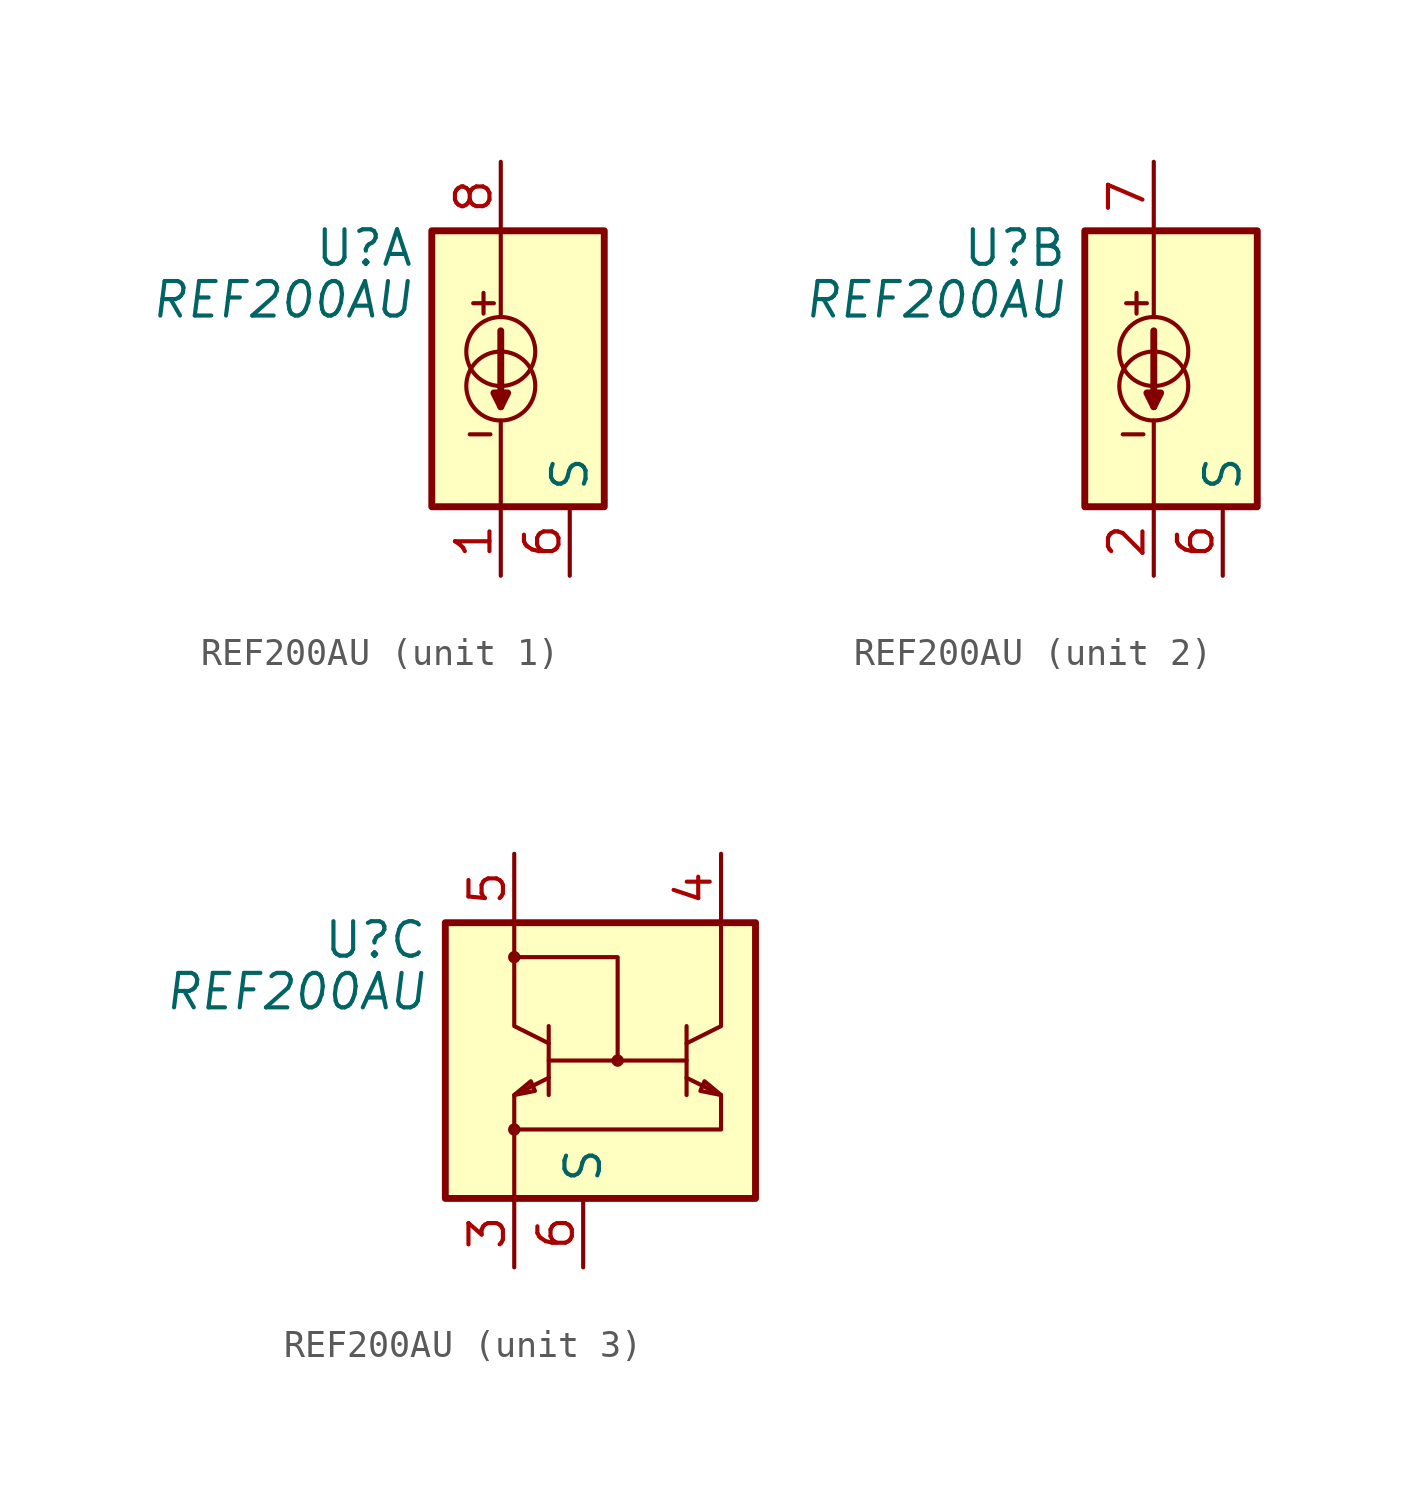
<source format=kicad_sym>
(kicad_symbol_lib
  (version 20210619)
  (generator kicad_symbol_editor)
  (symbol "PrecisionCurrentSource:REF200AU"
    (property "Reference" "U"
      (at -3.175 4.445 0)
      (effects (font (size 1.27 1.27)) (justify right)))
    (property "Value" "REF200AU"
      (at -3.175 2.54 0)
      (effects (font (size 1.27 1.27) italic) (justify right)))
    (property "ki_locked" ""
      (at 0 0 0)
      (effects (font (size 1.27 1.27))))
    (symbol "REF200AU_0_1"
      (pin passive line (at 2.54 -7.62 90) (length 2.54) (name "S" (effects (font (size 1.27 1.27)))) (number "6" (effects (font (size 1.27 1.27))))))
    (symbol "REF200AU_1_1"
      (circle (center 0 -0.635) (radius 1.27) (stroke (width 0)) (fill (type none)))
      (circle (center 0 0.635) (radius 1.27) (stroke (width 0)) (fill (type none)))
      (rectangle (start -2.54 5.08) (end 3.81 -5.08) (stroke (width 0.254)) (fill (type background)))
      (polyline (pts (xy -1.143 -2.413) (xy -0.381 -2.413)) (stroke (width 0)) (fill (type none)))
      (polyline (pts (xy -1.016 2.413) (xy -0.254 2.413)) (stroke (width 0)) (fill (type none)))
      (polyline (pts (xy -0.635 2.794) (xy -0.635 2.032)) (stroke (width 0)) (fill (type none)))
      (polyline (pts (xy 0 -1.905) (xy 0 -5.08)) (stroke (width 0)) (fill (type none)))
      (polyline (pts (xy 0 1.397) (xy 0 -1.397)) (stroke (width 0.254)) (fill (type none)))
      (polyline (pts (xy 0 5.08) (xy 0 1.905)) (stroke (width 0)) (fill (type none)))
      (polyline (pts (xy 0 -1.397) (xy -0.254 -0.889) (xy 0.254 -0.889) (xy 0 -1.397)) (stroke (width 0.254)) (fill (type none)))
      (pin passive line (at 0 -7.62 90) (length 2.54) (name "~" (effects (font (size 1.27 1.27)))) (number "1" (effects (font (size 1.27 1.27)))))
      (pin passive line (at 0 7.62 270) (length 2.54) (name "~" (effects (font (size 1.27 1.27)))) (number "8" (effects (font (size 1.27 1.27))))))
    (symbol "REF200AU_2_1"
      (circle (center 0 -0.635) (radius 1.27) (stroke (width 0)) (fill (type none)))
      (circle (center 0 0.635) (radius 1.27) (stroke (width 0)) (fill (type none)))
      (rectangle (start -2.54 5.08) (end 3.81 -5.08) (stroke (width 0.254)) (fill (type background)))
      (polyline (pts (xy -1.143 -2.413) (xy -0.381 -2.413)) (stroke (width 0)) (fill (type none)))
      (polyline (pts (xy -1.016 2.413) (xy -0.254 2.413)) (stroke (width 0)) (fill (type none)))
      (polyline (pts (xy -0.635 2.794) (xy -0.635 2.032)) (stroke (width 0)) (fill (type none)))
      (polyline (pts (xy 0 -1.905) (xy 0 -5.08)) (stroke (width 0)) (fill (type none)))
      (polyline (pts (xy 0 1.397) (xy 0 -1.397)) (stroke (width 0.254)) (fill (type none)))
      (polyline (pts (xy 0 5.08) (xy 0 1.905)) (stroke (width 0)) (fill (type none)))
      (polyline (pts (xy 0 -1.397) (xy -0.254 -0.889) (xy 0.254 -0.889) (xy 0 -1.397)) (stroke (width 0.254)) (fill (type none)))
      (pin passive line (at 0 -7.62 90) (length 2.54) (name "~" (effects (font (size 1.27 1.27)))) (number "2" (effects (font (size 1.27 1.27)))))
      (pin passive line (at 0 7.62 270) (length 2.54) (name "~" (effects (font (size 1.27 1.27)))) (number "7" (effects (font (size 1.27 1.27))))))
    (symbol "REF200AU_3_1"
      (circle (center 0 -2.54) (radius 0.152) (stroke (width 0)) (fill (type none)))
      (circle (center 0 3.81) (radius 0.152) (stroke (width 0)) (fill (type none)))
      (circle (center 3.81 0) (radius 0.152) (stroke (width 0)) (fill (type none)))
      (rectangle (start -2.54 5.08) (end 8.89 -5.08) (stroke (width 0.254)) (fill (type background)))
      (polyline (pts (xy 0 3.81) (xy 0 5.08)) (stroke (width 0)) (fill (type none)))
      (polyline (pts (xy 1.27 -1.27) (xy 1.27 1.27)) (stroke (width 0)) (fill (type none)))
      (polyline (pts (xy 1.27 0) (xy 6.35 0)) (stroke (width 0)) (fill (type none)))
      (polyline (pts (xy 6.35 1.27) (xy 6.35 -1.27)) (stroke (width 0)) (fill (type none)))
      (polyline (pts (xy 0 -5.08) (xy 0 -1.27) (xy 1.27 -0.635)) (stroke (width 0)) (fill (type none)))
      (polyline (pts (xy 0 3.81) (xy 3.81 3.81) (xy 3.81 0)) (stroke (width 0)) (fill (type none)))
      (polyline (pts (xy 1.27 0.635) (xy 0 1.27) (xy 0 3.81)) (stroke (width 0)) (fill (type none)))
      (polyline (pts (xy 7.62 5.08) (xy 7.62 1.27) (xy 6.35 0.635)) (stroke (width 0)) (fill (type none)))
      (polyline (pts (xy 0 -1.27) (xy 0.61 -0.762) (xy 0.762 -1.118) (xy 0 -1.27)) (stroke (width 0)) (fill (type none)))
      (polyline (pts (xy 6.35 -0.635) (xy 7.62 -1.27) (xy 7.62 -2.54) (xy 0 -2.54)) (stroke (width 0)) (fill (type none)))
      (polyline (pts (xy 7.62 -1.27) (xy 7.01 -0.762) (xy 6.858 -1.118) (xy 7.62 -1.27)) (stroke (width 0)) (fill (type none)))
      (pin passive line (at 0 -7.62 90) (length 2.54) (name "~" (effects (font (size 1.27 1.27)))) (number "3" (effects (font (size 1.27 1.27)))))
      (pin passive line (at 7.62 7.62 270) (length 2.54) (name "~" (effects (font (size 1.27 1.27)))) (number "4" (effects (font (size 1.27 1.27)))))
      (pin passive line (at 0 7.62 270) (length 2.54) (name "~" (effects (font (size 1.27 1.27)))) (number "5" (effects (font (size 1.27 1.27))))))))
</source>
